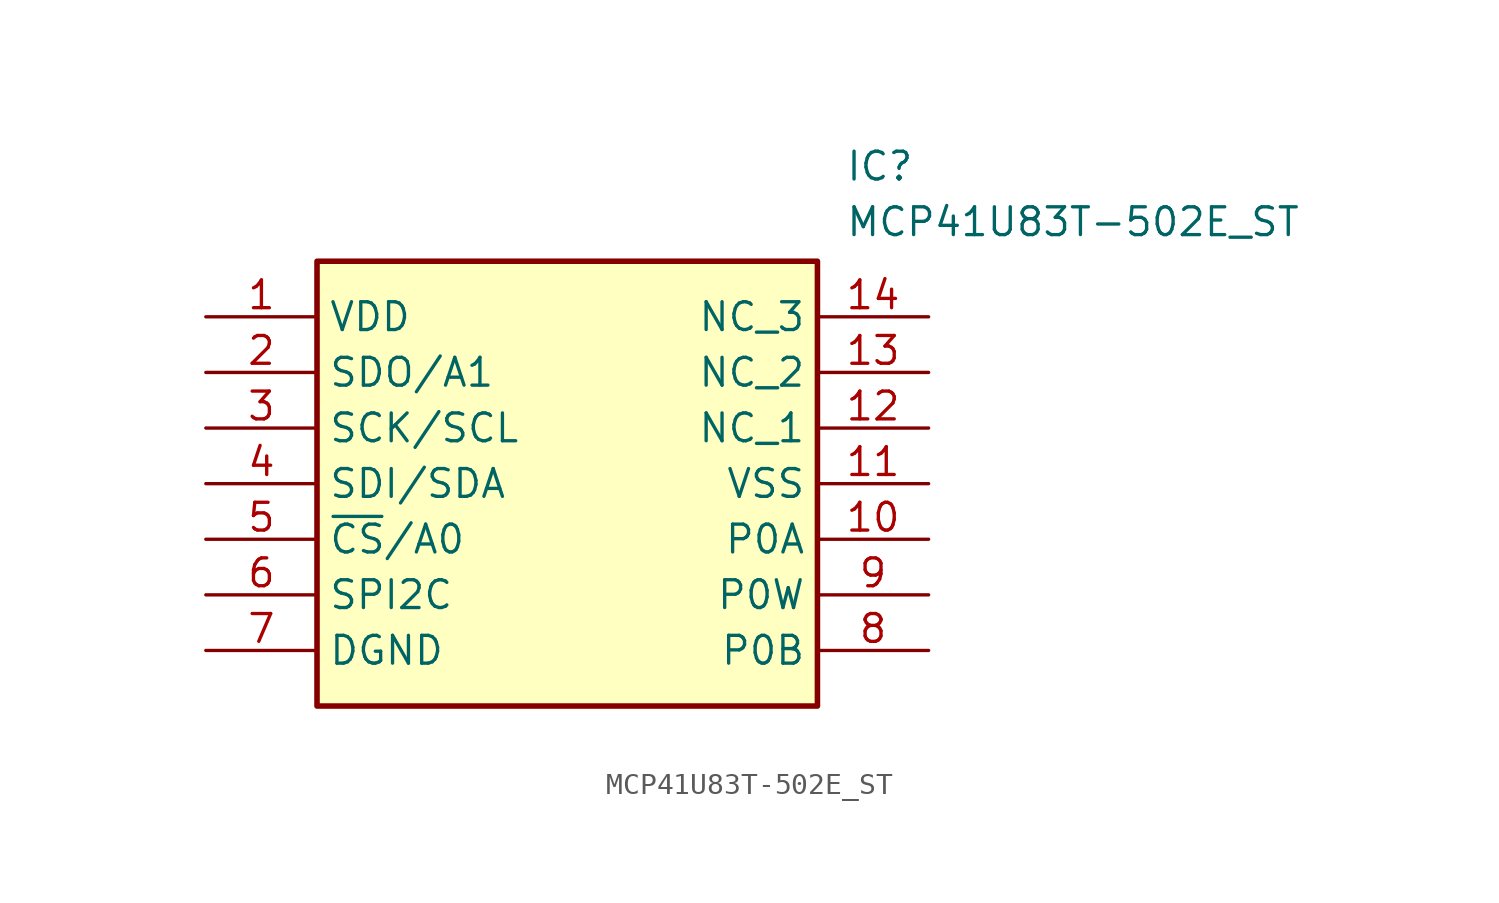
<source format=kicad_sym>
(kicad_symbol_lib
  (version 20211014)
  (generator SamacSys_ECAD_Model)
  (symbol "MCP41U83T-502E_ST"
    (property "Reference" "IC"
      (at 29.21 7.62 0)
      (effects (font (size 1.27 1.27)) (justify left top)))
    (property "Value" "MCP41U83T-502E_ST"
      (at 29.21 5.08 0)
      (effects (font (size 1.27 1.27)) (justify left top)))
    (rectangle
      (start 5.08 2.54)
      (end 27.94 -17.78)
      (stroke (width 0.254) (type default))
      (fill (type background)))
    (pin passive line
      (at 0 0 0)
      (length 5.08)
      (name "VDD" (effects (font (size 1.27 1.27))))
      (number "1" (effects (font (size 1.27 1.27)))))
    (pin passive line
      (at 0 -2.54 0)
      (length 5.08)
      (name "SDO/A1" (effects (font (size 1.27 1.27))))
      (number "2" (effects (font (size 1.27 1.27)))))
    (pin passive line
      (at 0 -5.08 0)
      (length 5.08)
      (name "SCK/SCL" (effects (font (size 1.27 1.27))))
      (number "3" (effects (font (size 1.27 1.27)))))
    (pin passive line
      (at 0 -7.62 0)
      (length 5.08)
      (name "SDI/SDA" (effects (font (size 1.27 1.27))))
      (number "4" (effects (font (size 1.27 1.27)))))
    (pin passive line
      (at 0 -10.16 0)
      (length 5.08)
      (name "~{CS}/A0" (effects (font (size 1.27 1.27))))
      (number "5" (effects (font (size 1.27 1.27)))))
    (pin passive line
      (at 0 -12.7 0)
      (length 5.08)
      (name "SPI2C" (effects (font (size 1.27 1.27))))
      (number "6" (effects (font (size 1.27 1.27)))))
    (pin passive line
      (at 0 -15.24 0)
      (length 5.08)
      (name "DGND" (effects (font (size 1.27 1.27))))
      (number "7" (effects (font (size 1.27 1.27)))))
    (pin passive line
      (at 33.02 0 180)
      (length 5.08)
      (name "NC_3" (effects (font (size 1.27 1.27))))
      (number "14" (effects (font (size 1.27 1.27)))))
    (pin passive line
      (at 33.02 -2.54 180)
      (length 5.08)
      (name "NC_2" (effects (font (size 1.27 1.27))))
      (number "13" (effects (font (size 1.27 1.27)))))
    (pin passive line
      (at 33.02 -5.08 180)
      (length 5.08)
      (name "NC_1" (effects (font (size 1.27 1.27))))
      (number "12" (effects (font (size 1.27 1.27)))))
    (pin passive line
      (at 33.02 -7.62 180)
      (length 5.08)
      (name "VSS" (effects (font (size 1.27 1.27))))
      (number "11" (effects (font (size 1.27 1.27)))))
    (pin passive line
      (at 33.02 -10.16 180)
      (length 5.08)
      (name "P0A" (effects (font (size 1.27 1.27))))
      (number "10" (effects (font (size 1.27 1.27)))))
    (pin passive line
      (at 33.02 -12.7 180)
      (length 5.08)
      (name "P0W" (effects (font (size 1.27 1.27))))
      (number "9" (effects (font (size 1.27 1.27)))))
    (pin passive line
      (at 33.02 -15.24 180)
      (length 5.08)
      (name "P0B" (effects (font (size 1.27 1.27))))
      (number "8" (effects (font (size 1.27 1.27)))))))
</source>
